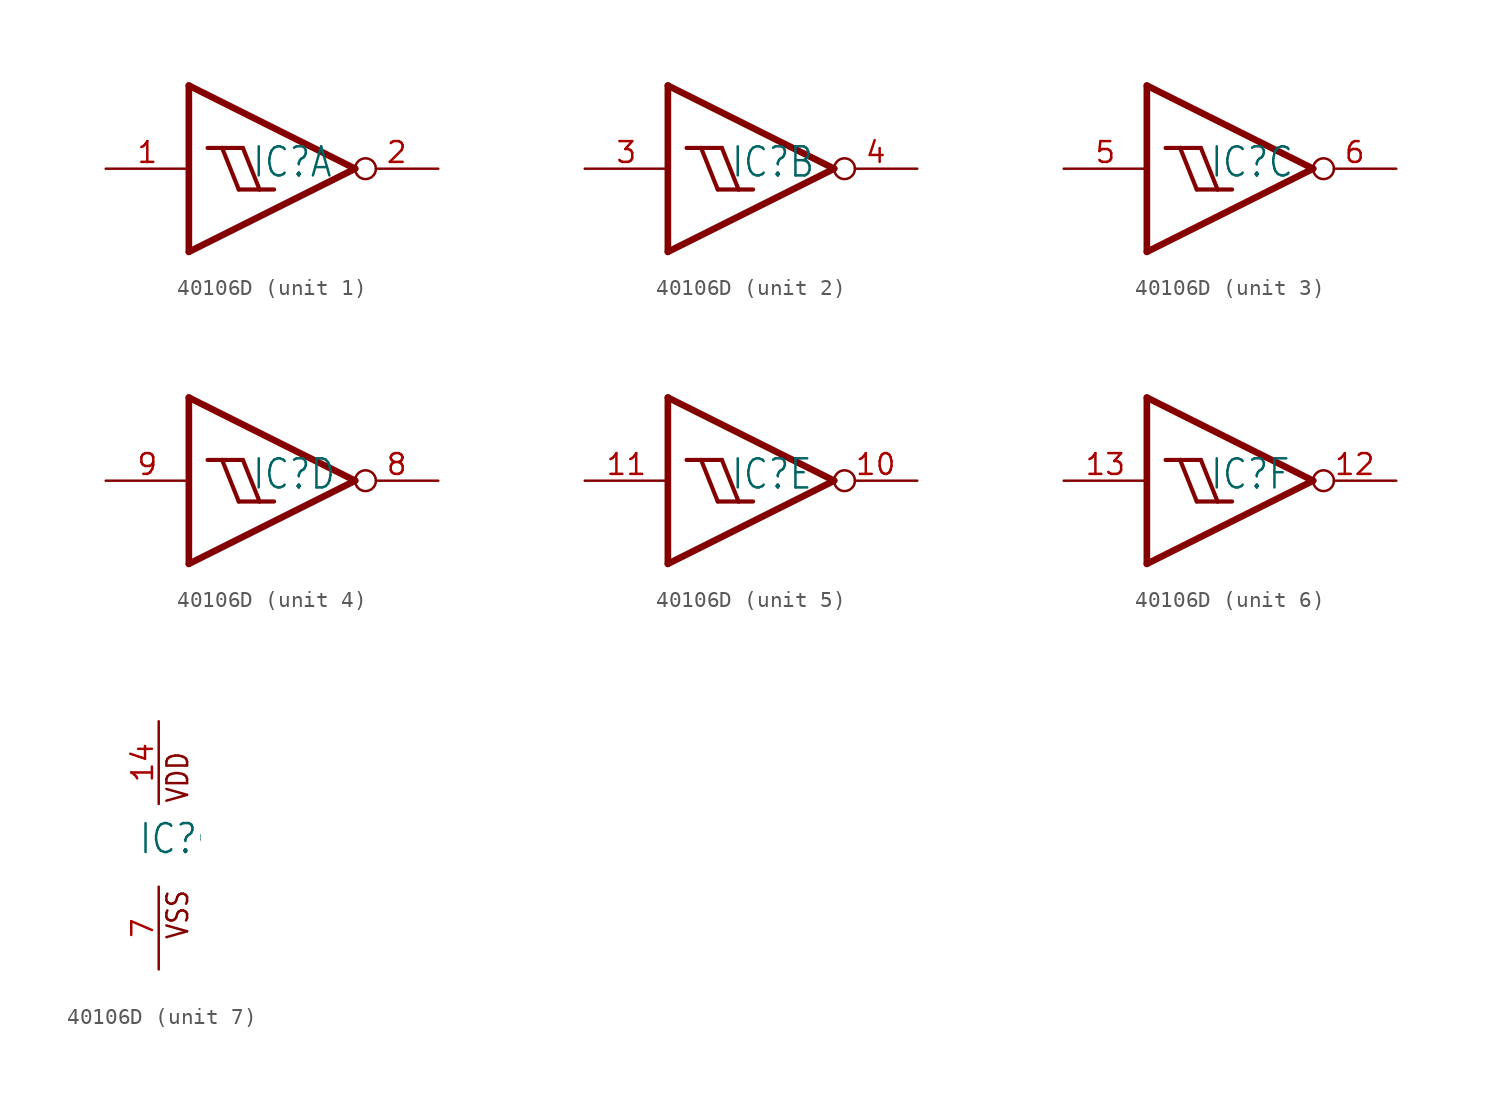
<source format=kicad_sym>
(kicad_symbol_lib
  (version 20231120)
  (generator "kicad_symbol_editor")
  (generator_version "8.0")
  (symbol "40106D"
    (property "Reference" "IC"
      (at -1.27 -0.635 0)
      (effects (font (size 1.778 1.511)) (justify left bottom)))
    (property "ki_locked" ""
      (at 0 0 0)
      (effects (font (size 1.27 1.27))))
    (symbol "40106D_1_0"
      (polyline (pts (xy -5.08 -5.08) (xy -5.08 5.08)) (stroke (width 0.406) (type solid)) (fill (type none)))
      (polyline (pts (xy -5.08 5.08) (xy 5.08 0)) (stroke (width 0.406) (type solid)) (fill (type none)))
      (polyline (pts (xy -3.937 1.27) (xy -3.048 1.27)) (stroke (width 0.254) (type solid)) (fill (type none)))
      (polyline (pts (xy -3.048 1.27) (xy -1.778 1.27)) (stroke (width 0.254) (type solid)) (fill (type none)))
      (polyline (pts (xy -2.032 -1.27) (xy -3.048 1.27)) (stroke (width 0.254) (type solid)) (fill (type none)))
      (polyline (pts (xy -2.032 -1.27) (xy -0.762 -1.27)) (stroke (width 0.254) (type solid)) (fill (type none)))
      (polyline (pts (xy -0.762 -1.27) (xy -1.778 1.27)) (stroke (width 0.254) (type solid)) (fill (type none)))
      (polyline (pts (xy -0.762 -1.27) (xy 0.127 -1.27)) (stroke (width 0.254) (type solid)) (fill (type none)))
      (polyline (pts (xy 5.08 0) (xy -5.08 -5.08)) (stroke (width 0.406) (type solid)) (fill (type none)))
      (pin input line (at -10.16 0 0) (length 5.08) (name "I" (effects (font (size 0 0)))) (number "1" (effects (font (size 1.27 1.27)))))
      (pin output inverted (at 10.16 0 180) (length 5.08) (name "O" (effects (font (size 0 0)))) (number "2" (effects (font (size 1.27 1.27))))))
    (symbol "40106D_2_0"
      (polyline (pts (xy -5.08 -5.08) (xy -5.08 5.08)) (stroke (width 0.406) (type solid)) (fill (type none)))
      (polyline (pts (xy -5.08 5.08) (xy 5.08 0)) (stroke (width 0.406) (type solid)) (fill (type none)))
      (polyline (pts (xy -3.937 1.27) (xy -3.048 1.27)) (stroke (width 0.254) (type solid)) (fill (type none)))
      (polyline (pts (xy -3.048 1.27) (xy -1.778 1.27)) (stroke (width 0.254) (type solid)) (fill (type none)))
      (polyline (pts (xy -2.032 -1.27) (xy -3.048 1.27)) (stroke (width 0.254) (type solid)) (fill (type none)))
      (polyline (pts (xy -2.032 -1.27) (xy -0.762 -1.27)) (stroke (width 0.254) (type solid)) (fill (type none)))
      (polyline (pts (xy -0.762 -1.27) (xy -1.778 1.27)) (stroke (width 0.254) (type solid)) (fill (type none)))
      (polyline (pts (xy -0.762 -1.27) (xy 0.127 -1.27)) (stroke (width 0.254) (type solid)) (fill (type none)))
      (polyline (pts (xy 5.08 0) (xy -5.08 -5.08)) (stroke (width 0.406) (type solid)) (fill (type none)))
      (pin input line (at -10.16 0 0) (length 5.08) (name "I" (effects (font (size 0 0)))) (number "3" (effects (font (size 1.27 1.27)))))
      (pin output inverted (at 10.16 0 180) (length 5.08) (name "O" (effects (font (size 0 0)))) (number "4" (effects (font (size 1.27 1.27))))))
    (symbol "40106D_3_0"
      (polyline (pts (xy -5.08 -5.08) (xy -5.08 5.08)) (stroke (width 0.406) (type solid)) (fill (type none)))
      (polyline (pts (xy -5.08 5.08) (xy 5.08 0)) (stroke (width 0.406) (type solid)) (fill (type none)))
      (polyline (pts (xy -3.937 1.27) (xy -3.048 1.27)) (stroke (width 0.254) (type solid)) (fill (type none)))
      (polyline (pts (xy -3.048 1.27) (xy -1.778 1.27)) (stroke (width 0.254) (type solid)) (fill (type none)))
      (polyline (pts (xy -2.032 -1.27) (xy -3.048 1.27)) (stroke (width 0.254) (type solid)) (fill (type none)))
      (polyline (pts (xy -2.032 -1.27) (xy -0.762 -1.27)) (stroke (width 0.254) (type solid)) (fill (type none)))
      (polyline (pts (xy -0.762 -1.27) (xy -1.778 1.27)) (stroke (width 0.254) (type solid)) (fill (type none)))
      (polyline (pts (xy -0.762 -1.27) (xy 0.127 -1.27)) (stroke (width 0.254) (type solid)) (fill (type none)))
      (polyline (pts (xy 5.08 0) (xy -5.08 -5.08)) (stroke (width 0.406) (type solid)) (fill (type none)))
      (pin input line (at -10.16 0 0) (length 5.08) (name "I" (effects (font (size 0 0)))) (number "5" (effects (font (size 1.27 1.27)))))
      (pin output inverted (at 10.16 0 180) (length 5.08) (name "O" (effects (font (size 0 0)))) (number "6" (effects (font (size 1.27 1.27))))))
    (symbol "40106D_4_0"
      (polyline (pts (xy -5.08 -5.08) (xy -5.08 5.08)) (stroke (width 0.406) (type solid)) (fill (type none)))
      (polyline (pts (xy -5.08 5.08) (xy 5.08 0)) (stroke (width 0.406) (type solid)) (fill (type none)))
      (polyline (pts (xy -3.937 1.27) (xy -3.048 1.27)) (stroke (width 0.254) (type solid)) (fill (type none)))
      (polyline (pts (xy -3.048 1.27) (xy -1.778 1.27)) (stroke (width 0.254) (type solid)) (fill (type none)))
      (polyline (pts (xy -2.032 -1.27) (xy -3.048 1.27)) (stroke (width 0.254) (type solid)) (fill (type none)))
      (polyline (pts (xy -2.032 -1.27) (xy -0.762 -1.27)) (stroke (width 0.254) (type solid)) (fill (type none)))
      (polyline (pts (xy -0.762 -1.27) (xy -1.778 1.27)) (stroke (width 0.254) (type solid)) (fill (type none)))
      (polyline (pts (xy -0.762 -1.27) (xy 0.127 -1.27)) (stroke (width 0.254) (type solid)) (fill (type none)))
      (polyline (pts (xy 5.08 0) (xy -5.08 -5.08)) (stroke (width 0.406) (type solid)) (fill (type none)))
      (pin output inverted (at 10.16 0 180) (length 5.08) (name "O" (effects (font (size 0 0)))) (number "8" (effects (font (size 1.27 1.27)))))
      (pin input line (at -10.16 0 0) (length 5.08) (name "I" (effects (font (size 0 0)))) (number "9" (effects (font (size 1.27 1.27))))))
    (symbol "40106D_5_0"
      (polyline (pts (xy -5.08 -5.08) (xy -5.08 5.08)) (stroke (width 0.406) (type solid)) (fill (type none)))
      (polyline (pts (xy -5.08 5.08) (xy 5.08 0)) (stroke (width 0.406) (type solid)) (fill (type none)))
      (polyline (pts (xy -3.937 1.27) (xy -3.048 1.27)) (stroke (width 0.254) (type solid)) (fill (type none)))
      (polyline (pts (xy -3.048 1.27) (xy -1.778 1.27)) (stroke (width 0.254) (type solid)) (fill (type none)))
      (polyline (pts (xy -2.032 -1.27) (xy -3.048 1.27)) (stroke (width 0.254) (type solid)) (fill (type none)))
      (polyline (pts (xy -2.032 -1.27) (xy -0.762 -1.27)) (stroke (width 0.254) (type solid)) (fill (type none)))
      (polyline (pts (xy -0.762 -1.27) (xy -1.778 1.27)) (stroke (width 0.254) (type solid)) (fill (type none)))
      (polyline (pts (xy -0.762 -1.27) (xy 0.127 -1.27)) (stroke (width 0.254) (type solid)) (fill (type none)))
      (polyline (pts (xy 5.08 0) (xy -5.08 -5.08)) (stroke (width 0.406) (type solid)) (fill (type none)))
      (pin output inverted (at 10.16 0 180) (length 5.08) (name "O" (effects (font (size 0 0)))) (number "10" (effects (font (size 1.27 1.27)))))
      (pin input line (at -10.16 0 0) (length 5.08) (name "I" (effects (font (size 0 0)))) (number "11" (effects (font (size 1.27 1.27))))))
    (symbol "40106D_6_0"
      (polyline (pts (xy -5.08 -5.08) (xy -5.08 5.08)) (stroke (width 0.406) (type solid)) (fill (type none)))
      (polyline (pts (xy -5.08 5.08) (xy 5.08 0)) (stroke (width 0.406) (type solid)) (fill (type none)))
      (polyline (pts (xy -3.937 1.27) (xy -3.048 1.27)) (stroke (width 0.254) (type solid)) (fill (type none)))
      (polyline (pts (xy -3.048 1.27) (xy -1.778 1.27)) (stroke (width 0.254) (type solid)) (fill (type none)))
      (polyline (pts (xy -2.032 -1.27) (xy -3.048 1.27)) (stroke (width 0.254) (type solid)) (fill (type none)))
      (polyline (pts (xy -2.032 -1.27) (xy -0.762 -1.27)) (stroke (width 0.254) (type solid)) (fill (type none)))
      (polyline (pts (xy -0.762 -1.27) (xy -1.778 1.27)) (stroke (width 0.254) (type solid)) (fill (type none)))
      (polyline (pts (xy -0.762 -1.27) (xy 0.127 -1.27)) (stroke (width 0.254) (type solid)) (fill (type none)))
      (polyline (pts (xy 5.08 0) (xy -5.08 -5.08)) (stroke (width 0.406) (type solid)) (fill (type none)))
      (pin output inverted (at 10.16 0 180) (length 5.08) (name "O" (effects (font (size 0 0)))) (number "12" (effects (font (size 1.27 1.27)))))
      (pin input line (at -10.16 0 0) (length 5.08) (name "I" (effects (font (size 0 0)))) (number "13" (effects (font (size 1.27 1.27))))))
    (symbol "40106D_7_0"
      (text "VDD" (at 1.905 2.54 900) (effects (font (size 1.27 1.079)) (justify left bottom)))
      (text "VSS" (at 1.905 -5.842 900) (effects (font (size 1.27 1.079)) (justify left bottom)))
      (pin power_in line (at 0 7.62 270) (length 5.08) (name "VDD" (effects (font (size 0 0)))) (number "14" (effects (font (size 1.27 1.27)))))
      (pin power_in line (at 0 -7.62 90) (length 5.08) (name "VSS" (effects (font (size 0 0)))) (number "7" (effects (font (size 1.27 1.27))))))))
</source>
